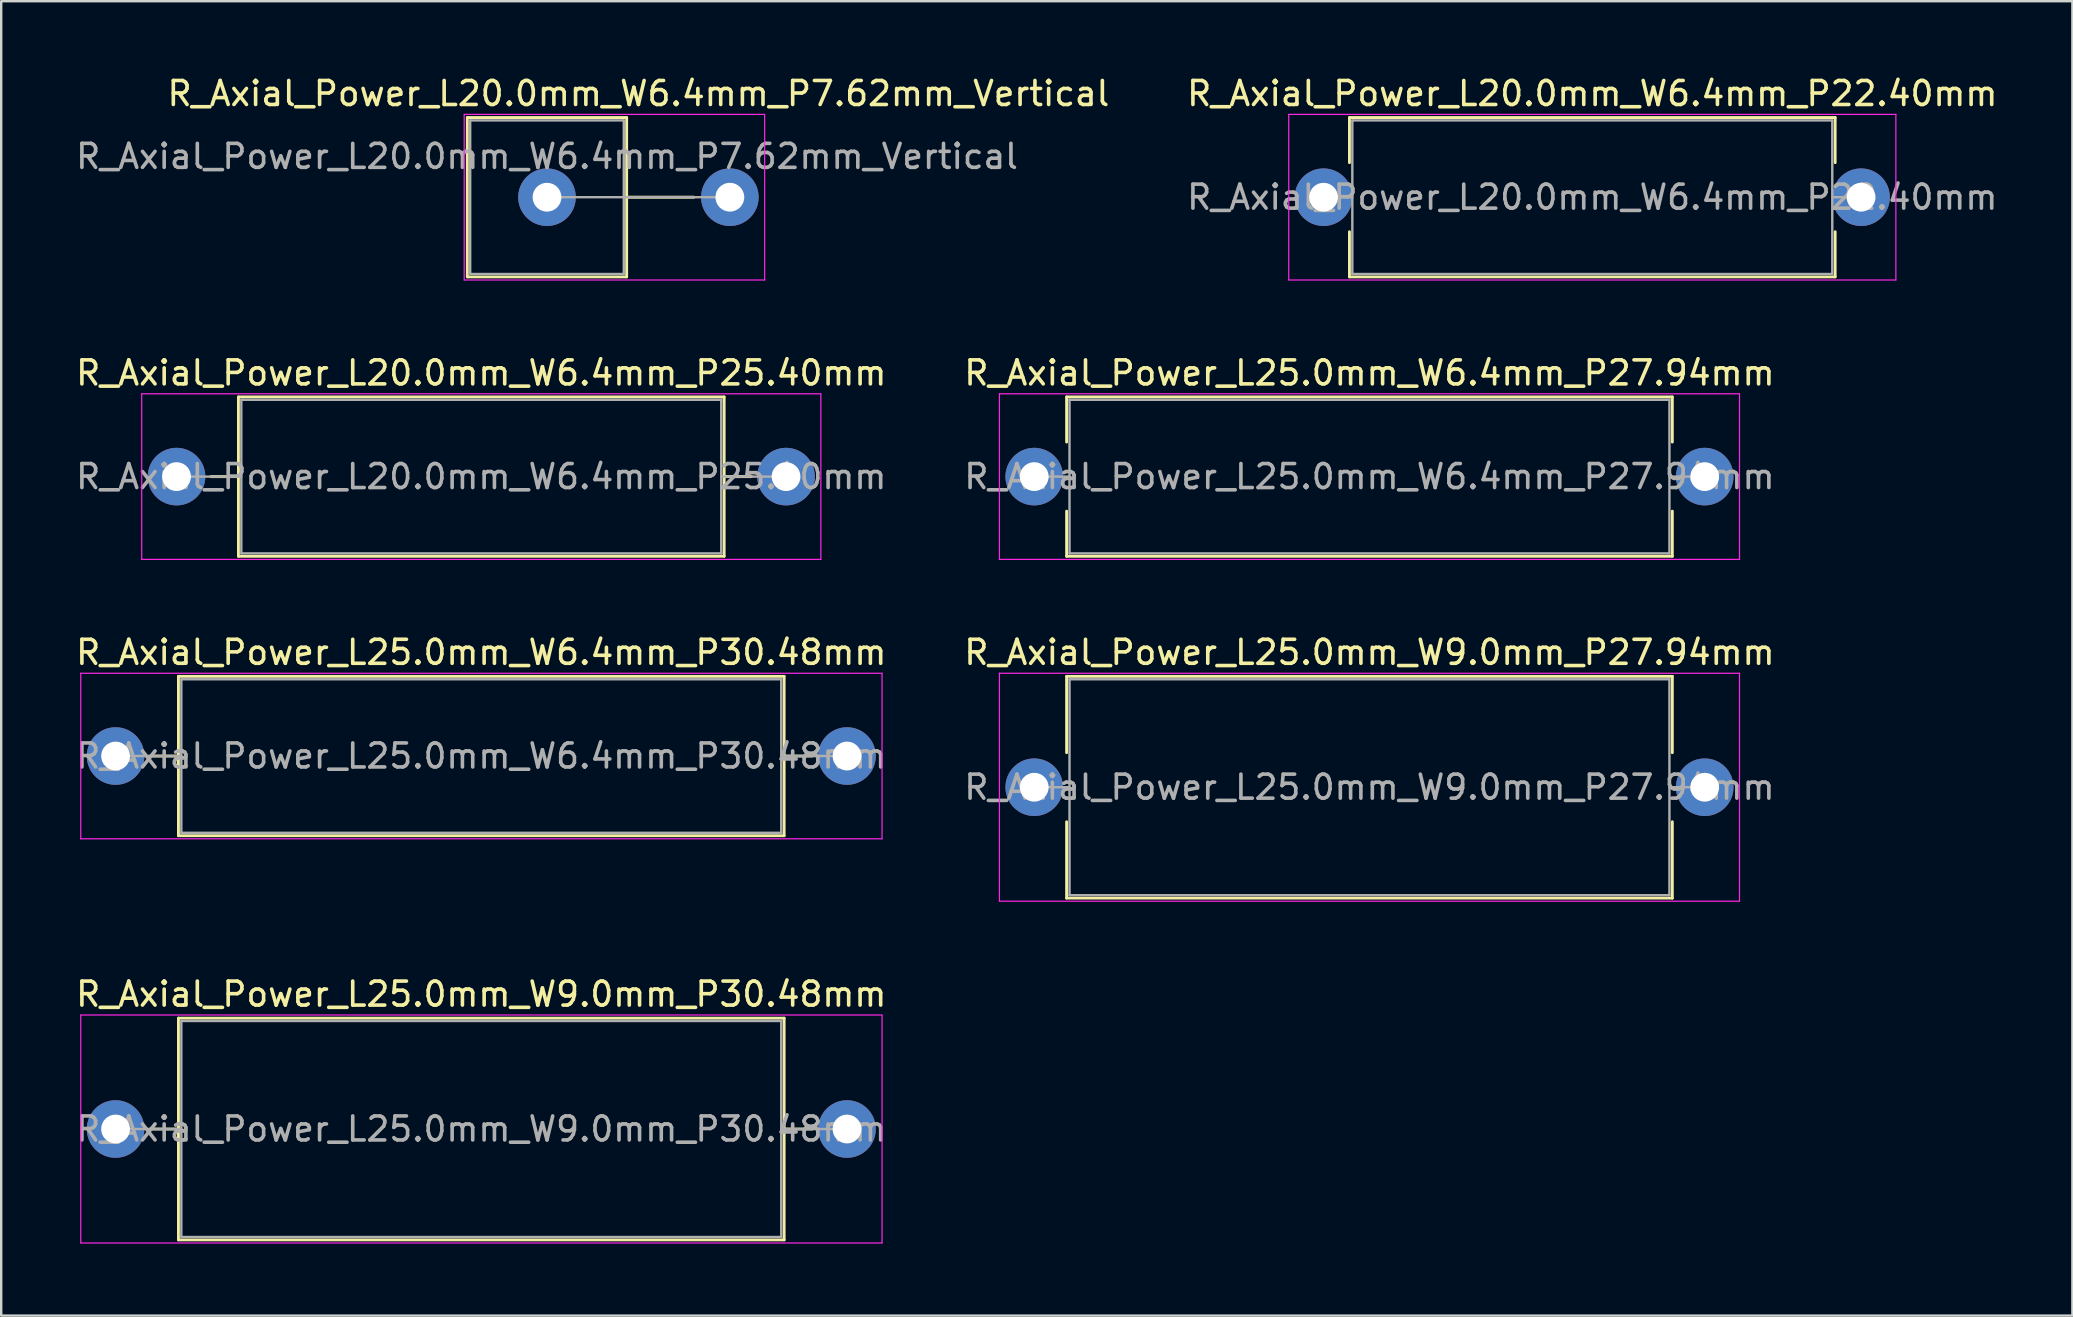
<source format=kicad_pcb>
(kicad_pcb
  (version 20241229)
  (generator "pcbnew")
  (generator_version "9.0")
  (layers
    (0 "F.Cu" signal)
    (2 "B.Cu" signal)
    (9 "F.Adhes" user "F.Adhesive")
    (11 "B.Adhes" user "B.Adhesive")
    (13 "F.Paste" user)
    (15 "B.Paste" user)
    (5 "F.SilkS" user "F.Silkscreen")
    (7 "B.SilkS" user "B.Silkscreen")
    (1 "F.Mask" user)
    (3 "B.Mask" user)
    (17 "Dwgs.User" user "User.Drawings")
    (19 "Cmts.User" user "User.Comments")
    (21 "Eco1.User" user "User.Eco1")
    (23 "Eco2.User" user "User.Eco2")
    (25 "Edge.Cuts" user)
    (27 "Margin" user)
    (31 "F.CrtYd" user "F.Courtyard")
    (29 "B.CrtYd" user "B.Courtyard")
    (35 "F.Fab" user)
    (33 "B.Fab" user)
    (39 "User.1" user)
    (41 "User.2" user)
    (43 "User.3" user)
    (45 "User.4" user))
  (footprint "R_Axial_Power_L20.0mm_W6.4mm_P22.40mm"
    (layer "F.Cu")
    (at 52.104 5.168)
    (property "Reference" "R_Axial_Power_L20.0mm_W6.4mm_P22.40mm" (at 11.2 -4.32 0) (layer "F.SilkS") (effects (font (size 1 1) (thickness 0.15))))
    (attr through_hole)
    (fp_line (start 1.08 -3.32) (end 21.32 -3.32) (stroke (width 0.12) (type solid)) (layer "F.SilkS"))
    (fp_line (start 1.08 -1.44) (end 1.08 -3.32) (stroke (width 0.12) (type solid)) (layer "F.SilkS"))
    (fp_line (start 1.08 1.44) (end 1.08 3.32) (stroke (width 0.12) (type solid)) (layer "F.SilkS"))
    (fp_line (start 1.08 3.32) (end 21.32 3.32) (stroke (width 0.12) (type solid)) (layer "F.SilkS"))
    (fp_line (start 21.32 -3.32) (end 21.32 -1.44) (stroke (width 0.12) (type solid)) (layer "F.SilkS"))
    (fp_line (start 21.32 3.32) (end 21.32 1.44) (stroke (width 0.12) (type solid)) (layer "F.SilkS"))
    (fp_line (start -1.45 -3.45) (end -1.45 3.45) (stroke (width 0.05) (type solid)) (layer "F.CrtYd"))
    (fp_line (start -1.45 3.45) (end 23.85 3.45) (stroke (width 0.05) (type solid)) (layer "F.CrtYd"))
    (fp_line (start 23.85 -3.45) (end -1.45 -3.45) (stroke (width 0.05) (type solid)) (layer "F.CrtYd"))
    (fp_line (start 23.85 3.45) (end 23.85 -3.45) (stroke (width 0.05) (type solid)) (layer "F.CrtYd"))
    (fp_line (start 0 0) (end 1.2 0) (stroke (width 0.1) (type solid)) (layer "F.Fab"))
    (fp_line (start 1.2 -3.2) (end 1.2 3.2) (stroke (width 0.1) (type solid)) (layer "F.Fab"))
    (fp_line (start 1.2 3.2) (end 21.2 3.2) (stroke (width 0.1) (type solid)) (layer "F.Fab"))
    (fp_line (start 21.2 -3.2) (end 1.2 -3.2) (stroke (width 0.1) (type solid)) (layer "F.Fab"))
    (fp_line (start 21.2 3.2) (end 21.2 -3.2) (stroke (width 0.1) (type solid)) (layer "F.Fab"))
    (fp_line (start 22.4 0) (end 21.2 0) (stroke (width 0.1) (type solid)) (layer "F.Fab"))
    (fp_text user "${REFERENCE}" (at 11.2 0 0) (layer "F.Fab") (effects (font (size 1 1) (thickness 0.15))))
    (pad "1" thru_hole circle (at 0 0) (size 2.4 2.4) (drill 1.2) (layers "*.Cu" "*.Mask"))
    (pad "2" thru_hole oval (at 22.4 0) (size 2.4 2.4) (drill 1.2) (layers "*.Cu" "*.Mask")))
  (footprint "R_Axial_Power_L25.0mm_W9.0mm_P27.94mm"
    (layer "F.Cu")
    (at 40.048 29.755)
    (property "Reference" "R_Axial_Power_L25.0mm_W9.0mm_P27.94mm" (at 13.97 -5.62 0) (layer "F.SilkS") (effects (font (size 1 1) (thickness 0.15))))
    (attr through_hole)
    (fp_line (start 1.35 -4.62) (end 26.59 -4.62) (stroke (width 0.12) (type solid)) (layer "F.SilkS"))
    (fp_line (start 1.35 -1.44) (end 1.35 -4.62) (stroke (width 0.12) (type solid)) (layer "F.SilkS"))
    (fp_line (start 1.35 1.44) (end 1.35 4.62) (stroke (width 0.12) (type solid)) (layer "F.SilkS"))
    (fp_line (start 1.35 4.62) (end 26.59 4.62) (stroke (width 0.12) (type solid)) (layer "F.SilkS"))
    (fp_line (start 26.59 -4.62) (end 26.59 -1.44) (stroke (width 0.12) (type solid)) (layer "F.SilkS"))
    (fp_line (start 26.59 4.62) (end 26.59 1.44) (stroke (width 0.12) (type solid)) (layer "F.SilkS"))
    (fp_line (start -1.45 -4.75) (end -1.45 4.75) (stroke (width 0.05) (type solid)) (layer "F.CrtYd"))
    (fp_line (start -1.45 4.75) (end 29.39 4.75) (stroke (width 0.05) (type solid)) (layer "F.CrtYd"))
    (fp_line (start 29.39 -4.75) (end -1.45 -4.75) (stroke (width 0.05) (type solid)) (layer "F.CrtYd"))
    (fp_line (start 29.39 4.75) (end 29.39 -4.75) (stroke (width 0.05) (type solid)) (layer "F.CrtYd"))
    (fp_line (start 0 0) (end 1.47 0) (stroke (width 0.1) (type solid)) (layer "F.Fab"))
    (fp_line (start 1.47 -4.5) (end 1.47 4.5) (stroke (width 0.1) (type solid)) (layer "F.Fab"))
    (fp_line (start 1.47 4.5) (end 26.47 4.5) (stroke (width 0.1) (type solid)) (layer "F.Fab"))
    (fp_line (start 26.47 -4.5) (end 1.47 -4.5) (stroke (width 0.1) (type solid)) (layer "F.Fab"))
    (fp_line (start 26.47 4.5) (end 26.47 -4.5) (stroke (width 0.1) (type solid)) (layer "F.Fab"))
    (fp_line (start 27.94 0) (end 26.47 0) (stroke (width 0.1) (type solid)) (layer "F.Fab"))
    (fp_text user "${REFERENCE}" (at 13.97 0 0) (layer "F.Fab") (effects (font (size 1 1) (thickness 0.15))))
    (pad "1" thru_hole circle (at 0 0) (size 2.4 2.4) (drill 1.2) (layers "*.Cu" "*.Mask"))
    (pad "2" thru_hole oval (at 27.94 0) (size 2.4 2.4) (drill 1.2) (layers "*.Cu" "*.Mask")))
  (footprint "R_Axial_Power_L20.0mm_W6.4mm_P7.62mm_Vertical"
    (layer "F.Cu")
    (at 19.744 5.168)
    (property "Reference" "R_Axial_Power_L20.0mm_W6.4mm_P7.62mm_Vertical" (at 3.81 -4.32 0) (layer "F.SilkS") (effects (font (size 1 1) (thickness 0.15))))
    (attr through_hole)
    (fp_line (start -3.32 -3.32) (end -3.32 3.32) (stroke (width 0.12) (type solid)) (layer "F.SilkS"))
    (fp_line (start -3.32 3.32) (end 3.32 3.32) (stroke (width 0.12) (type solid)) (layer "F.SilkS"))
    (fp_line (start 3.32 -3.32) (end -3.32 -3.32) (stroke (width 0.12) (type solid)) (layer "F.SilkS"))
    (fp_line (start 3.32 0) (end 6.12 0) (stroke (width 0.12) (type solid)) (layer "F.SilkS"))
    (fp_line (start 3.32 3.32) (end 3.32 -3.32) (stroke (width 0.12) (type solid)) (layer "F.SilkS"))
    (fp_line (start -3.45 -3.45) (end -3.45 3.45) (stroke (width 0.05) (type solid)) (layer "F.CrtYd"))
    (fp_line (start -3.45 3.45) (end 9.07 3.45) (stroke (width 0.05) (type solid)) (layer "F.CrtYd"))
    (fp_line (start 9.07 -3.45) (end -3.45 -3.45) (stroke (width 0.05) (type solid)) (layer "F.CrtYd"))
    (fp_line (start 9.07 3.45) (end 9.07 -3.45) (stroke (width 0.05) (type solid)) (layer "F.CrtYd"))
    (fp_line (start -3.2 -3.2) (end -3.2 3.2) (stroke (width 0.1) (type solid)) (layer "F.Fab"))
    (fp_line (start -3.2 3.2) (end 3.2 3.2) (stroke (width 0.1) (type solid)) (layer "F.Fab"))
    (fp_line (start 0 0) (end 7.62 0) (stroke (width 0.1) (type solid)) (layer "F.Fab"))
    (fp_line (start 3.2 -3.2) (end -3.2 -3.2) (stroke (width 0.1) (type solid)) (layer "F.Fab"))
    (fp_line (start 3.2 3.2) (end 3.2 -3.2) (stroke (width 0.1) (type solid)) (layer "F.Fab"))
    (fp_text user "${REFERENCE}" (at 0 -1.7 0) (layer "F.Fab") (effects (font (size 1 1) (thickness 0.15))))
    (pad "1" thru_hole circle (at 0 0) (size 2.4 2.4) (drill 1.2) (layers "*.Cu" "*.Mask"))
    (pad "2" thru_hole oval (at 7.62 0) (size 2.4 2.4) (drill 1.2) (layers "*.Cu" "*.Mask")))
  (footprint "R_Axial_Power_L25.0mm_W6.4mm_P27.94mm"
    (layer "F.Cu")
    (at 40.048 16.811)
    (property "Reference" "R_Axial_Power_L25.0mm_W6.4mm_P27.94mm" (at 13.97 -4.32 0) (layer "F.SilkS") (effects (font (size 1 1) (thickness 0.15))))
    (attr through_hole)
    (fp_line (start 1.35 -3.32) (end 26.59 -3.32) (stroke (width 0.12) (type solid)) (layer "F.SilkS"))
    (fp_line (start 1.35 -1.44) (end 1.35 -3.32) (stroke (width 0.12) (type solid)) (layer "F.SilkS"))
    (fp_line (start 1.35 1.44) (end 1.35 3.32) (stroke (width 0.12) (type solid)) (layer "F.SilkS"))
    (fp_line (start 1.35 3.32) (end 26.59 3.32) (stroke (width 0.12) (type solid)) (layer "F.SilkS"))
    (fp_line (start 26.59 -3.32) (end 26.59 -1.44) (stroke (width 0.12) (type solid)) (layer "F.SilkS"))
    (fp_line (start 26.59 3.32) (end 26.59 1.44) (stroke (width 0.12) (type solid)) (layer "F.SilkS"))
    (fp_line (start -1.45 -3.45) (end -1.45 3.45) (stroke (width 0.05) (type solid)) (layer "F.CrtYd"))
    (fp_line (start -1.45 3.45) (end 29.39 3.45) (stroke (width 0.05) (type solid)) (layer "F.CrtYd"))
    (fp_line (start 29.39 -3.45) (end -1.45 -3.45) (stroke (width 0.05) (type solid)) (layer "F.CrtYd"))
    (fp_line (start 29.39 3.45) (end 29.39 -3.45) (stroke (width 0.05) (type solid)) (layer "F.CrtYd"))
    (fp_line (start 0 0) (end 1.47 0) (stroke (width 0.1) (type solid)) (layer "F.Fab"))
    (fp_line (start 1.47 -3.2) (end 1.47 3.2) (stroke (width 0.1) (type solid)) (layer "F.Fab"))
    (fp_line (start 1.47 3.2) (end 26.47 3.2) (stroke (width 0.1) (type solid)) (layer "F.Fab"))
    (fp_line (start 26.47 -3.2) (end 1.47 -3.2) (stroke (width 0.1) (type solid)) (layer "F.Fab"))
    (fp_line (start 26.47 3.2) (end 26.47 -3.2) (stroke (width 0.1) (type solid)) (layer "F.Fab"))
    (fp_line (start 27.94 0) (end 26.47 0) (stroke (width 0.1) (type solid)) (layer "F.Fab"))
    (fp_text user "${REFERENCE}" (at 13.97 0 0) (layer "F.Fab") (effects (font (size 1 1) (thickness 0.15))))
    (pad "1" thru_hole circle (at 0 0) (size 2.4 2.4) (drill 1.2) (layers "*.Cu" "*.Mask"))
    (pad "2" thru_hole oval (at 27.94 0) (size 2.4 2.4) (drill 1.2) (layers "*.Cu" "*.Mask")))
  (footprint "R_Axial_Power_L25.0mm_W9.0mm_P30.48mm"
    (layer "F.Cu")
    (at 1.766 43.998)
    (property "Reference" "R_Axial_Power_L25.0mm_W9.0mm_P30.48mm" (at 15.24 -5.62 0) (layer "F.SilkS") (effects (font (size 1 1) (thickness 0.15))))
    (attr through_hole)
    (fp_line (start 1.44 0) (end 2.62 0) (stroke (width 0.12) (type solid)) (layer "F.SilkS"))
    (fp_line (start 2.62 -4.62) (end 2.62 4.62) (stroke (width 0.12) (type solid)) (layer "F.SilkS"))
    (fp_line (start 2.62 4.62) (end 27.86 4.62) (stroke (width 0.12) (type solid)) (layer "F.SilkS"))
    (fp_line (start 27.86 -4.62) (end 2.62 -4.62) (stroke (width 0.12) (type solid)) (layer "F.SilkS"))
    (fp_line (start 27.86 4.62) (end 27.86 -4.62) (stroke (width 0.12) (type solid)) (layer "F.SilkS"))
    (fp_line (start 29.04 0) (end 27.86 0) (stroke (width 0.12) (type solid)) (layer "F.SilkS"))
    (fp_line (start -1.45 -4.75) (end -1.45 4.75) (stroke (width 0.05) (type solid)) (layer "F.CrtYd"))
    (fp_line (start -1.45 4.75) (end 31.94 4.75) (stroke (width 0.05) (type solid)) (layer "F.CrtYd"))
    (fp_line (start 31.94 -4.75) (end -1.45 -4.75) (stroke (width 0.05) (type solid)) (layer "F.CrtYd"))
    (fp_line (start 31.94 4.75) (end 31.94 -4.75) (stroke (width 0.05) (type solid)) (layer "F.CrtYd"))
    (fp_line (start 0 0) (end 2.74 0) (stroke (width 0.1) (type solid)) (layer "F.Fab"))
    (fp_line (start 2.74 -4.5) (end 2.74 4.5) (stroke (width 0.1) (type solid)) (layer "F.Fab"))
    (fp_line (start 2.74 4.5) (end 27.74 4.5) (stroke (width 0.1) (type solid)) (layer "F.Fab"))
    (fp_line (start 27.74 -4.5) (end 2.74 -4.5) (stroke (width 0.1) (type solid)) (layer "F.Fab"))
    (fp_line (start 27.74 4.5) (end 27.74 -4.5) (stroke (width 0.1) (type solid)) (layer "F.Fab"))
    (fp_line (start 30.48 0) (end 27.74 0) (stroke (width 0.1) (type solid)) (layer "F.Fab"))
    (fp_text user "${REFERENCE}" (at 15.24 0 0) (layer "F.Fab") (effects (font (size 1 1) (thickness 0.15))))
    (pad "1" thru_hole circle (at 0 0) (size 2.4 2.4) (drill 1.2) (layers "*.Cu" "*.Mask"))
    (pad "2" thru_hole oval (at 30.48 0) (size 2.4 2.4) (drill 1.2) (layers "*.Cu" "*.Mask")))
  (footprint "R_Axial_Power_L25.0mm_W6.4mm_P30.48mm"
    (layer "F.Cu")
    (at 1.766 28.455)
    (property "Reference" "R_Axial_Power_L25.0mm_W6.4mm_P30.48mm" (at 15.24 -4.32 0) (layer "F.SilkS") (effects (font (size 1 1) (thickness 0.15))))
    (attr through_hole)
    (fp_line (start 1.44 0) (end 2.62 0) (stroke (width 0.12) (type solid)) (layer "F.SilkS"))
    (fp_line (start 2.62 -3.32) (end 2.62 3.32) (stroke (width 0.12) (type solid)) (layer "F.SilkS"))
    (fp_line (start 2.62 3.32) (end 27.86 3.32) (stroke (width 0.12) (type solid)) (layer "F.SilkS"))
    (fp_line (start 27.86 -3.32) (end 2.62 -3.32) (stroke (width 0.12) (type solid)) (layer "F.SilkS"))
    (fp_line (start 27.86 3.32) (end 27.86 -3.32) (stroke (width 0.12) (type solid)) (layer "F.SilkS"))
    (fp_line (start 29.04 0) (end 27.86 0) (stroke (width 0.12) (type solid)) (layer "F.SilkS"))
    (fp_line (start -1.45 -3.45) (end -1.45 3.45) (stroke (width 0.05) (type solid)) (layer "F.CrtYd"))
    (fp_line (start -1.45 3.45) (end 31.94 3.45) (stroke (width 0.05) (type solid)) (layer "F.CrtYd"))
    (fp_line (start 31.94 -3.45) (end -1.45 -3.45) (stroke (width 0.05) (type solid)) (layer "F.CrtYd"))
    (fp_line (start 31.94 3.45) (end 31.94 -3.45) (stroke (width 0.05) (type solid)) (layer "F.CrtYd"))
    (fp_line (start 0 0) (end 2.74 0) (stroke (width 0.1) (type solid)) (layer "F.Fab"))
    (fp_line (start 2.74 -3.2) (end 2.74 3.2) (stroke (width 0.1) (type solid)) (layer "F.Fab"))
    (fp_line (start 2.74 3.2) (end 27.74 3.2) (stroke (width 0.1) (type solid)) (layer "F.Fab"))
    (fp_line (start 27.74 -3.2) (end 2.74 -3.2) (stroke (width 0.1) (type solid)) (layer "F.Fab"))
    (fp_line (start 27.74 3.2) (end 27.74 -3.2) (stroke (width 0.1) (type solid)) (layer "F.Fab"))
    (fp_line (start 30.48 0) (end 27.74 0) (stroke (width 0.1) (type solid)) (layer "F.Fab"))
    (fp_text user "${REFERENCE}" (at 15.24 0 0) (layer "F.Fab") (effects (font (size 1 1) (thickness 0.15))))
    (pad "1" thru_hole circle (at 0 0) (size 2.4 2.4) (drill 1.2) (layers "*.Cu" "*.Mask"))
    (pad "2" thru_hole oval (at 30.48 0) (size 2.4 2.4) (drill 1.2) (layers "*.Cu" "*.Mask")))
  (footprint "R_Axial_Power_L20.0mm_W6.4mm_P25.40mm"
    (layer "F.Cu")
    (at 4.306 16.811)
    (property "Reference" "R_Axial_Power_L20.0mm_W6.4mm_P25.40mm" (at 12.7 -4.32 0) (layer "F.SilkS") (effects (font (size 1 1) (thickness 0.15))))
    (attr through_hole)
    (fp_line (start 1.44 0) (end 2.58 0) (stroke (width 0.12) (type solid)) (layer "F.SilkS"))
    (fp_line (start 2.58 -3.32) (end 2.58 3.32) (stroke (width 0.12) (type solid)) (layer "F.SilkS"))
    (fp_line (start 2.58 3.32) (end 22.82 3.32) (stroke (width 0.12) (type solid)) (layer "F.SilkS"))
    (fp_line (start 22.82 -3.32) (end 2.58 -3.32) (stroke (width 0.12) (type solid)) (layer "F.SilkS"))
    (fp_line (start 22.82 3.32) (end 22.82 -3.32) (stroke (width 0.12) (type solid)) (layer "F.SilkS"))
    (fp_line (start 23.96 0) (end 22.82 0) (stroke (width 0.12) (type solid)) (layer "F.SilkS"))
    (fp_line (start -1.45 -3.45) (end -1.45 3.45) (stroke (width 0.05) (type solid)) (layer "F.CrtYd"))
    (fp_line (start -1.45 3.45) (end 26.85 3.45) (stroke (width 0.05) (type solid)) (layer "F.CrtYd"))
    (fp_line (start 26.85 -3.45) (end -1.45 -3.45) (stroke (width 0.05) (type solid)) (layer "F.CrtYd"))
    (fp_line (start 26.85 3.45) (end 26.85 -3.45) (stroke (width 0.05) (type solid)) (layer "F.CrtYd"))
    (fp_line (start 0 0) (end 2.7 0) (stroke (width 0.1) (type solid)) (layer "F.Fab"))
    (fp_line (start 2.7 -3.2) (end 2.7 3.2) (stroke (width 0.1) (type solid)) (layer "F.Fab"))
    (fp_line (start 2.7 3.2) (end 22.7 3.2) (stroke (width 0.1) (type solid)) (layer "F.Fab"))
    (fp_line (start 22.7 -3.2) (end 2.7 -3.2) (stroke (width 0.1) (type solid)) (layer "F.Fab"))
    (fp_line (start 22.7 3.2) (end 22.7 -3.2) (stroke (width 0.1) (type solid)) (layer "F.Fab"))
    (fp_line (start 25.4 0) (end 22.7 0) (stroke (width 0.1) (type solid)) (layer "F.Fab"))
    (fp_text user "${REFERENCE}" (at 12.7 0 0) (layer "F.Fab") (effects (font (size 1 1) (thickness 0.15))))
    (pad "1" thru_hole circle (at 0 0) (size 2.4 2.4) (drill 1.2) (layers "*.Cu" "*.Mask"))
    (pad "2" thru_hole oval (at 25.4 0) (size 2.4 2.4) (drill 1.2) (layers "*.Cu" "*.Mask")))
  (gr_rect
    (start -3 -3)
    (end 83.31 51.773)
    (stroke (width 0.1) (type default))
    (fill no)
    (layer "Edge.Cuts")))
</source>
